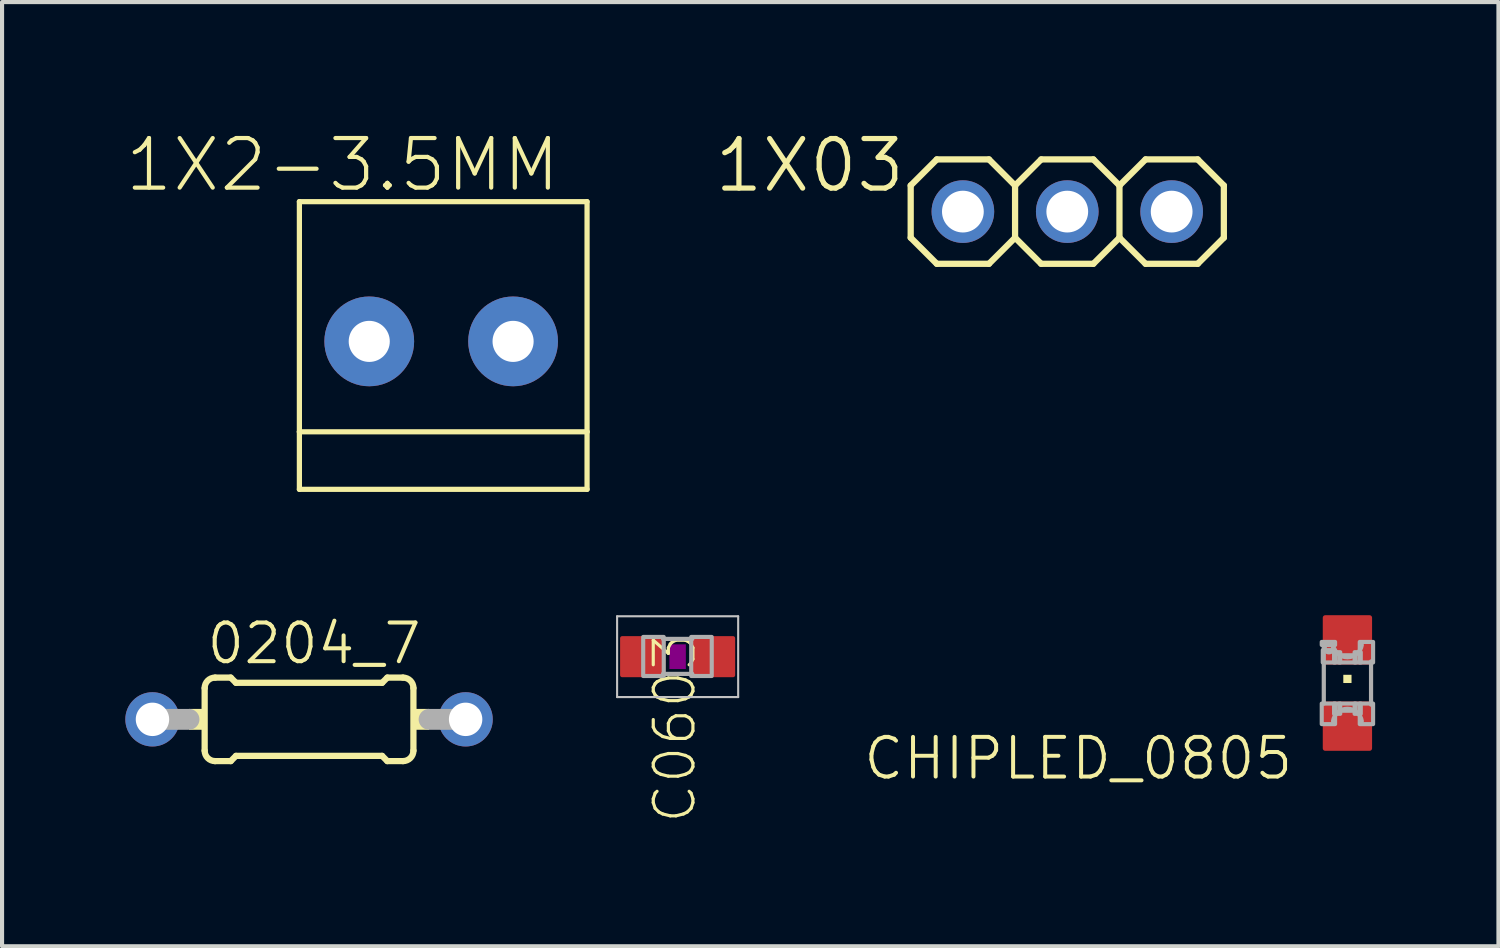
<source format=kicad_pcb>
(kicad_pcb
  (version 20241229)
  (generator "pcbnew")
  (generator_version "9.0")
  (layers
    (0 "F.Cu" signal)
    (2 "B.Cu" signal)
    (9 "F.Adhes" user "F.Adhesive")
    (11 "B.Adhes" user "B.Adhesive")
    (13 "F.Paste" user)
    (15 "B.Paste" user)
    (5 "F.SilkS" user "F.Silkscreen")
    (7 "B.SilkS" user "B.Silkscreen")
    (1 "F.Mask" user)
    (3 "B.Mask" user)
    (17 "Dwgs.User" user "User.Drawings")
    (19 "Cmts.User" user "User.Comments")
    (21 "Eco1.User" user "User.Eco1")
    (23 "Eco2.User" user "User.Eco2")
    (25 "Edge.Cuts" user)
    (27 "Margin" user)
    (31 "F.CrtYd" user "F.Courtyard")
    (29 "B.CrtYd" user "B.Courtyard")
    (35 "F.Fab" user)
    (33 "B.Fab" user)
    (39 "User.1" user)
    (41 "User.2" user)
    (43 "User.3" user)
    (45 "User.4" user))
  (footprint "CHIPLED_0805"
    (layer "F.Cu")
    (at 29.737 13.57)
    (property "Reference" "CHIPLED_0805" (at -1.27 1.27 0) (layer "F.SilkS") (effects (font (size 0.965 0.965) (thickness 0.097)) (justify right top)))
    (attr through_hole)
    (fp_poly (pts (xy -0.1 0) (xy 0.1 0) (xy 0.1 -0.2) (xy -0.1 -0.2)) (stroke (width 0) (type solid)) (fill yes) (layer "F.SilkS"))
    (fp_line (start -0.575 0.5) (end -0.575 -0.925) (stroke (width 0.102) (type solid)) (layer "F.Fab"))
    (fp_line (start 0.575 -0.525) (end 0.575 0.525) (stroke (width 0.102) (type solid)) (layer "F.Fab"))
    (fp_arc (start -0.35 0.925) (mid -0.000001 0.625027) (end 0.35 0.924998) (stroke (width 0.1016) (type solid)) (layer "F.Fab"))
    (fp_arc (start 0.35 -0.924998) (mid -0.000001 -0.625027) (end -0.35 -0.925) (stroke (width 0.1016) (type solid)) (layer "F.Fab"))
    (fp_circle (center -0.45 -0.85) (end -0.347 -0.85) (stroke (width 0.102) (type solid)) (fill no) (layer "F.Fab"))
    (fp_poly (pts (xy -0.625 -0.925) (xy -0.3 -0.925) (xy -0.3 -1) (xy -0.625 -1)) (stroke (width 0.1) (type solid)) (fill no) (layer "F.Fab"))
    (fp_poly (pts (xy -0.625 1) (xy -0.3 1) (xy -0.3 0.5) (xy -0.625 0.5)) (stroke (width 0.1) (type solid)) (fill no) (layer "F.Fab"))
    (fp_poly (pts (xy -0.6 -0.5) (xy -0.3 -0.5) (xy -0.3 -0.8) (xy -0.6 -0.8)) (stroke (width 0.1) (type solid)) (fill no) (layer "F.Fab"))
    (fp_poly (pts (xy -0.325 -0.5) (xy -0.175 -0.5) (xy -0.175 -0.75) (xy -0.325 -0.75)) (stroke (width 0.1) (type solid)) (fill no) (layer "F.Fab"))
    (fp_poly (pts (xy -0.325 0.75) (xy -0.175 0.75) (xy -0.175 0.5) (xy -0.325 0.5)) (stroke (width 0.1) (type solid)) (fill no) (layer "F.Fab"))
    (fp_poly (pts (xy -0.2 -0.5) (xy 0.2 -0.5) (xy 0.2 -0.675) (xy -0.2 -0.675)) (stroke (width 0.1) (type solid)) (fill no) (layer "F.Fab"))
    (fp_poly (pts (xy -0.2 0.675) (xy 0.2 0.675) (xy 0.2 0.5) (xy -0.2 0.5)) (stroke (width 0.1) (type solid)) (fill no) (layer "F.Fab"))
    (fp_poly (pts (xy 0.175 -0.5) (xy 0.325 -0.5) (xy 0.325 -0.75) (xy 0.175 -0.75)) (stroke (width 0.1) (type solid)) (fill no) (layer "F.Fab"))
    (fp_poly (pts (xy 0.175 0.75) (xy 0.325 0.75) (xy 0.325 0.5) (xy 0.175 0.5)) (stroke (width 0.1) (type solid)) (fill no) (layer "F.Fab"))
    (fp_poly (pts (xy 0.3 -0.5) (xy 0.625 -0.5) (xy 0.625 -1) (xy 0.3 -1)) (stroke (width 0.1) (type solid)) (fill no) (layer "F.Fab"))
    (fp_poly (pts (xy 0.3 1) (xy 0.625 1) (xy 0.625 0.5) (xy 0.3 0.5)) (stroke (width 0.1) (type solid)) (fill no) (layer "F.Fab"))
    (pad "A" smd roundrect (at 0 1.05) (size 1.2 1.2) (layers "F.Cu" "F.Mask" "F.Paste") (roundrect_rratio 0.05))
    (pad "C" smd roundrect (at 0 -1.05) (size 1.2 1.2) (layers "F.Cu" "F.Mask" "F.Paste") (roundrect_rratio 0.05)))
  (footprint "1X03"
    (layer "F.Cu")
    (at 22.92 2.099)
    (property "Reference" "1X03" (at -3.886 -1.829 0) (layer "F.SilkS") (effects (font (size 1.206 1.206) (thickness 0.127)) (justify right top)))
    (attr through_hole)
    (fp_line (start -3.81 -0.635) (end -3.81 0.635) (stroke (width 0.152) (type solid)) (layer "F.SilkS"))
    (fp_line (start -3.81 0.635) (end -3.175 1.27) (stroke (width 0.152) (type solid)) (layer "F.SilkS"))
    (fp_line (start -3.175 -1.27) (end -3.81 -0.635) (stroke (width 0.152) (type solid)) (layer "F.SilkS"))
    (fp_line (start -3.175 -1.27) (end -1.905 -1.27) (stroke (width 0.152) (type solid)) (layer "F.SilkS"))
    (fp_line (start -1.905 -1.27) (end -1.27 -0.635) (stroke (width 0.152) (type solid)) (layer "F.SilkS"))
    (fp_line (start -1.905 1.27) (end -3.175 1.27) (stroke (width 0.152) (type solid)) (layer "F.SilkS"))
    (fp_line (start -1.27 -0.635) (end -1.27 0.635) (stroke (width 0.152) (type solid)) (layer "F.SilkS"))
    (fp_line (start -1.27 -0.635) (end -0.635 -1.27) (stroke (width 0.152) (type solid)) (layer "F.SilkS"))
    (fp_line (start -1.27 0.635) (end -1.905 1.27) (stroke (width 0.152) (type solid)) (layer "F.SilkS"))
    (fp_line (start -0.635 -1.27) (end 0.635 -1.27) (stroke (width 0.152) (type solid)) (layer "F.SilkS"))
    (fp_line (start -0.635 1.27) (end -1.27 0.635) (stroke (width 0.152) (type solid)) (layer "F.SilkS"))
    (fp_line (start 0.635 -1.27) (end 1.27 -0.635) (stroke (width 0.152) (type solid)) (layer "F.SilkS"))
    (fp_line (start 0.635 1.27) (end -0.635 1.27) (stroke (width 0.152) (type solid)) (layer "F.SilkS"))
    (fp_line (start 1.27 -0.635) (end 1.27 0.635) (stroke (width 0.152) (type solid)) (layer "F.SilkS"))
    (fp_line (start 1.27 -0.635) (end 1.905 -1.27) (stroke (width 0.152) (type solid)) (layer "F.SilkS"))
    (fp_line (start 1.27 0.635) (end 0.635 1.27) (stroke (width 0.152) (type solid)) (layer "F.SilkS"))
    (fp_line (start 1.905 -1.27) (end 3.175 -1.27) (stroke (width 0.152) (type solid)) (layer "F.SilkS"))
    (fp_line (start 1.905 1.27) (end 1.27 0.635) (stroke (width 0.152) (type solid)) (layer "F.SilkS"))
    (fp_line (start 3.175 -1.27) (end 3.81 -0.635) (stroke (width 0.152) (type solid)) (layer "F.SilkS"))
    (fp_line (start 3.175 1.27) (end 1.905 1.27) (stroke (width 0.152) (type solid)) (layer "F.SilkS"))
    (fp_line (start 3.81 -0.635) (end 3.81 0.635) (stroke (width 0.152) (type solid)) (layer "F.SilkS"))
    (fp_line (start 3.81 0.635) (end 3.175 1.27) (stroke (width 0.152) (type solid)) (layer "F.SilkS"))
    (fp_poly (pts (xy -2.794 0.254) (xy -2.286 0.254) (xy -2.286 -0.254) (xy -2.794 -0.254)) (stroke (width 0.1) (type solid)) (fill no) (layer "F.Fab"))
    (fp_poly (pts (xy -0.254 0.254) (xy 0.254 0.254) (xy 0.254 -0.254) (xy -0.254 -0.254)) (stroke (width 0.1) (type solid)) (fill no) (layer "F.Fab"))
    (fp_poly (pts (xy 2.286 0.254) (xy 2.794 0.254) (xy 2.794 -0.254) (xy 2.286 -0.254)) (stroke (width 0.1) (type solid)) (fill no) (layer "F.Fab"))
    (pad "1" thru_hole circle (at -2.54 0 90) (size 1.524 1.524) (drill 1.016) (layers "*.Cu" "*.Mask"))
    (pad "2" thru_hole circle (at 0 0 90) (size 1.524 1.524) (drill 1.016) (layers "*.Cu" "*.Mask"))
    (pad "3" thru_hole circle (at 2.54 0 90) (size 1.524 1.524) (drill 1.016) (layers "*.Cu" "*.Mask")))
  (footprint "C0603"
    (layer "F.Cu")
    (at 13.439 12.929)
    (property "Reference" "C0603" (at -0.635 -0.635 270) (layer "F.SilkS") (effects (font (size 0.965 0.965) (thickness 0.077)) (justify right top)))
    (attr through_hole)
    (fp_poly (pts (xy -0.2 0.3) (xy 0.2 0.3) (xy 0.2 -0.3) (xy -0.2 -0.3)) (stroke (width 0) (type solid)) (fill yes) (layer "F.Adhes"))
    (fp_line (start -1.473 -0.983) (end 1.473 -0.983) (stroke (width 0.051) (type solid)) (layer "Dwgs.User"))
    (fp_line (start -1.473 0.983) (end -1.473 -0.983) (stroke (width 0.051) (type solid)) (layer "Dwgs.User"))
    (fp_line (start 1.473 -0.983) (end 1.473 0.983) (stroke (width 0.051) (type solid)) (layer "Dwgs.User"))
    (fp_line (start 1.473 0.983) (end -1.473 0.983) (stroke (width 0.051) (type solid)) (layer "Dwgs.User"))
    (fp_line (start -0.356 -0.432) (end 0.356 -0.432) (stroke (width 0.102) (type solid)) (layer "F.Fab"))
    (fp_line (start -0.356 0.419) (end 0.356 0.419) (stroke (width 0.102) (type solid)) (layer "F.Fab"))
    (fp_poly (pts (xy -0.838 0.47) (xy -0.338 0.47) (xy -0.338 -0.48) (xy -0.838 -0.48)) (stroke (width 0.1) (type solid)) (fill no) (layer "F.Fab"))
    (fp_poly (pts (xy 0.33 0.47) (xy 0.83 0.47) (xy 0.83 -0.48) (xy 0.33 -0.48)) (stroke (width 0.1) (type solid)) (fill no) (layer "F.Fab"))
    (pad "1" smd roundrect (at -0.85 0) (size 1.1 1) (layers "F.Cu" "F.Mask" "F.Paste") (roundrect_rratio 0.051))
    (pad "2" smd roundrect (at 0.85 0) (size 1.1 1) (layers "F.Cu" "F.Mask" "F.Paste") (roundrect_rratio 0.051)))
  (footprint "0204_7"
    (layer "F.Cu")
    (at 4.47 14.454)
    (property "Reference" "0204_7" (at -2.54 -1.295 0) (layer "F.SilkS") (effects (font (size 0.941 0.941) (thickness 0.099)) (justify left bottom)))
    (attr through_hole)
    (fp_line (start -2.54 0.762) (end -2.54 -0.762) (stroke (width 0.152) (type solid)) (layer "F.SilkS"))
    (fp_line (start -2.286 -1.016) (end -1.905 -1.016) (stroke (width 0.152) (type solid)) (layer "F.SilkS"))
    (fp_line (start -2.286 1.016) (end -1.905 1.016) (stroke (width 0.152) (type solid)) (layer "F.SilkS"))
    (fp_line (start -1.778 -0.889) (end -1.905 -1.016) (stroke (width 0.152) (type solid)) (layer "F.SilkS"))
    (fp_line (start -1.778 0.889) (end -1.905 1.016) (stroke (width 0.152) (type solid)) (layer "F.SilkS"))
    (fp_line (start 1.778 -0.889) (end -1.778 -0.889) (stroke (width 0.152) (type solid)) (layer "F.SilkS"))
    (fp_line (start 1.778 -0.889) (end 1.905 -1.016) (stroke (width 0.152) (type solid)) (layer "F.SilkS"))
    (fp_line (start 1.778 0.889) (end -1.778 0.889) (stroke (width 0.152) (type solid)) (layer "F.SilkS"))
    (fp_line (start 1.778 0.889) (end 1.905 1.016) (stroke (width 0.152) (type solid)) (layer "F.SilkS"))
    (fp_line (start 2.286 -1.016) (end 1.905 -1.016) (stroke (width 0.152) (type solid)) (layer "F.SilkS"))
    (fp_line (start 2.286 1.016) (end 1.905 1.016) (stroke (width 0.152) (type solid)) (layer "F.SilkS"))
    (fp_line (start 2.54 0.762) (end 2.54 -0.762) (stroke (width 0.152) (type solid)) (layer "F.SilkS"))
    (fp_arc (start -2.54 -0.762) (mid -2.465605 -0.941605) (end -2.286 -1.016) (stroke (width 0.1524) (type solid)) (layer "F.SilkS"))
    (fp_arc (start -2.286 1.016) (mid -2.465605 0.941605) (end -2.54 0.762) (stroke (width 0.1524) (type solid)) (layer "F.SilkS"))
    (fp_arc (start 2.286 -1.016) (mid 2.465605 -0.941605) (end 2.54 -0.762) (stroke (width 0.1524) (type solid)) (layer "F.SilkS"))
    (fp_arc (start 2.54 0.762) (mid 2.465605 0.941605) (end 2.286 1.016) (stroke (width 0.1524) (type solid)) (layer "F.SilkS"))
    (fp_poly (pts (xy -2.921 0.254) (xy -2.54 0.254) (xy -2.54 -0.254) (xy -2.921 -0.254)) (stroke (width 0) (type solid)) (fill yes) (layer "F.SilkS"))
    (fp_poly (pts (xy 2.54 0.254) (xy 2.921 0.254) (xy 2.921 -0.254) (xy 2.54 -0.254)) (stroke (width 0) (type solid)) (fill yes) (layer "F.SilkS"))
    (fp_line (start -3.81 0) (end -2.921 0) (stroke (width 0.508) (type solid)) (layer "F.Fab"))
    (fp_line (start 3.81 0) (end 2.921 0) (stroke (width 0.508) (type solid)) (layer "F.Fab"))
    (pad "1" thru_hole circle (at -3.81 0) (size 1.321 1.321) (drill 0.813) (layers "*.Cu" "*.Mask"))
    (pad "2" thru_hole circle (at 3.81 0) (size 1.321 1.321) (drill 0.813) (layers "*.Cu" "*.Mask")))
  (footprint "1X2-3.5MM"
    (layer "F.Cu")
    (at 7.635 5.257)
    (property "Reference" "1X2-3.5MM" (at 3 -5 0) (layer "F.SilkS") (effects (font (size 1.206 1.206) (thickness 0.102)) (justify right top)))
    (attr through_hole)
    (fp_line (start -3.4 -3.4) (end -3.4 2.2) (stroke (width 0.127) (type solid)) (layer "F.SilkS"))
    (fp_line (start -3.4 2.2) (end -3.4 3.6) (stroke (width 0.127) (type solid)) (layer "F.SilkS"))
    (fp_line (start -3.4 2.2) (end 3.6 2.2) (stroke (width 0.127) (type solid)) (layer "F.SilkS"))
    (fp_line (start -3.4 3.6) (end 3.6 3.6) (stroke (width 0.127) (type solid)) (layer "F.SilkS"))
    (fp_line (start 3.6 -3.4) (end -3.4 -3.4) (stroke (width 0.127) (type solid)) (layer "F.SilkS"))
    (fp_line (start 3.6 2.2) (end 3.6 -3.4) (stroke (width 0.127) (type solid)) (layer "F.SilkS"))
    (fp_line (start 3.6 3.6) (end 3.6 2.2) (stroke (width 0.127) (type solid)) (layer "F.SilkS"))
    (pad "1" thru_hole circle (at 1.8 0) (size 2.184 2.184) (drill 1) (layers "*.Cu" "*.Mask"))
    (pad "2" thru_hole circle (at -1.7 0) (size 2.184 2.184) (drill 1) (layers "*.Cu" "*.Mask")))
  (gr_rect
    (start -3 -3)
    (end 33.412 19.975)
    (stroke (width 0.1) (type default))
    (fill no)
    (layer "Edge.Cuts")))
</source>
